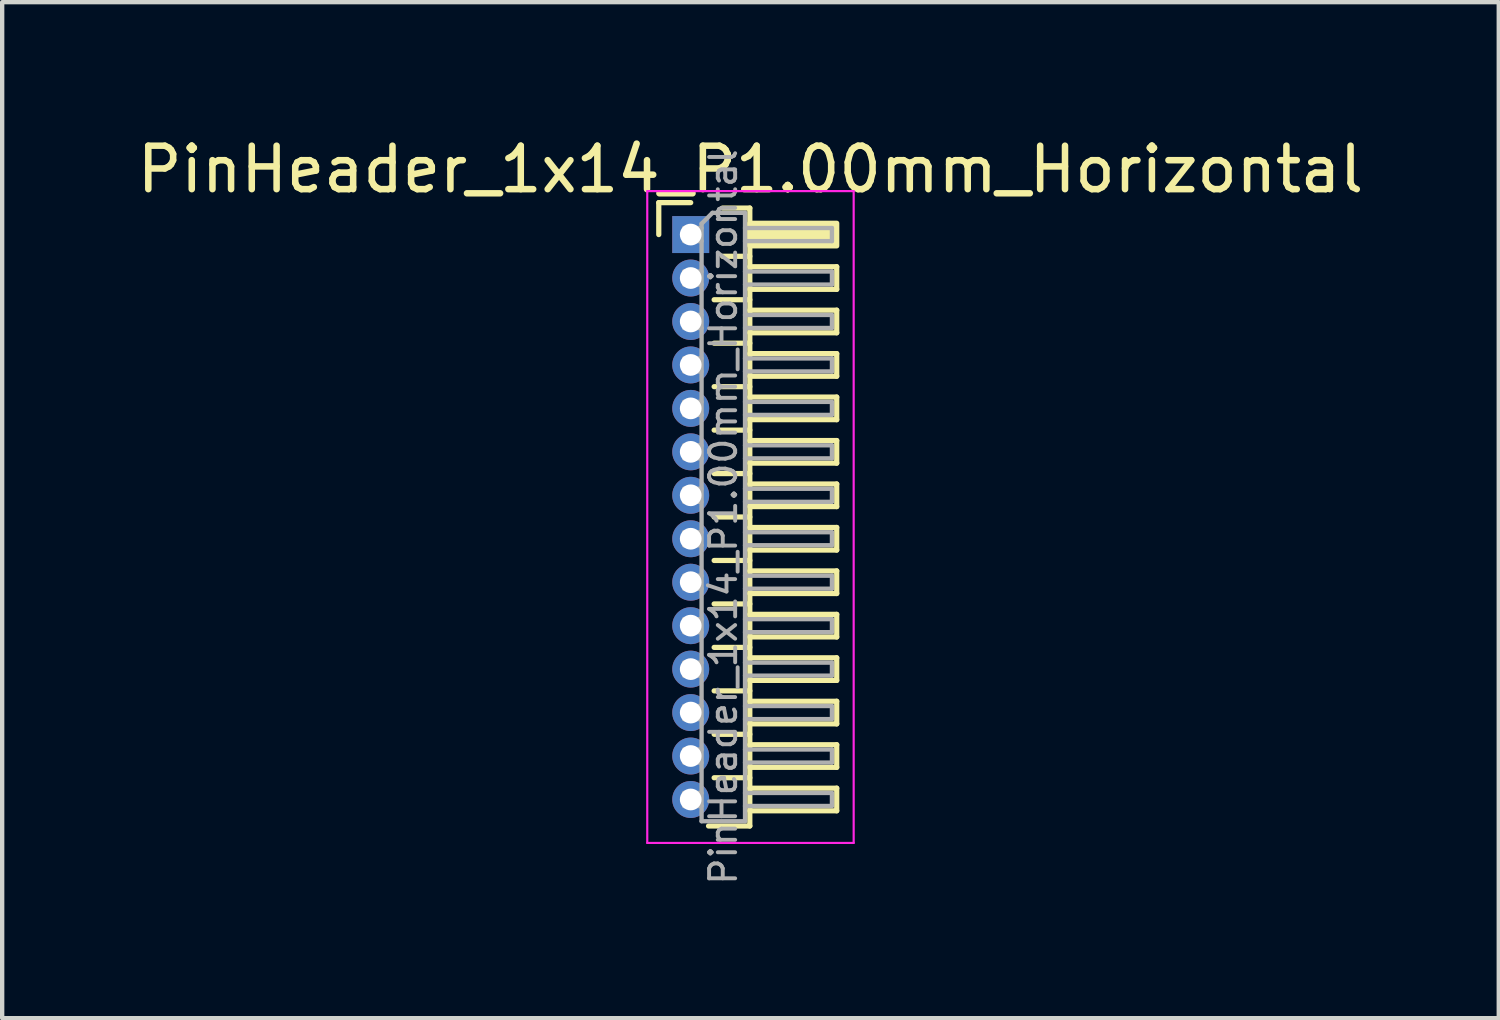
<source format=kicad_pcb>
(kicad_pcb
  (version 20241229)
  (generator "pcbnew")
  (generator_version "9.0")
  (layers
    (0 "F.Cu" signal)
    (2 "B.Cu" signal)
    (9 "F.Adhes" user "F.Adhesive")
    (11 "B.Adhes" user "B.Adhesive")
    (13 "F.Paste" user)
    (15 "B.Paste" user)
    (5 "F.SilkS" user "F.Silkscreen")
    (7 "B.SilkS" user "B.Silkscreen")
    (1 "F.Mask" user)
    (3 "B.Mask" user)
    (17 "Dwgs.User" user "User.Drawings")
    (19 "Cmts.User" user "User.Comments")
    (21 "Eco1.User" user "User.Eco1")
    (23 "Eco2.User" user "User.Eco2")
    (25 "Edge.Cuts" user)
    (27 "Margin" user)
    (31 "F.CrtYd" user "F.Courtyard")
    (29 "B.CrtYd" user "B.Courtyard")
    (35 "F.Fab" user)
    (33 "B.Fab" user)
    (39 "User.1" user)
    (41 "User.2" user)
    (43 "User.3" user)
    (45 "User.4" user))
  (footprint "PinHeader_1x14_P1.00mm_Horizontal"
    (layer "F.Cu")
    (at 12.845 2.348)
    (property "Reference" "PinHeader_1x14_P1.00mm_Horizontal" (at 1.375 -1.5 0) (layer "F.SilkS") (effects (font (size 1 1) (thickness 0.15))))
    (attr through_hole)
    (fp_line (start -0.735 -0.735) (end 0 -0.735) (stroke (width 0.12) (type solid)) (layer "F.SilkS"))
    (fp_line (start -0.735 0) (end -0.735 -0.735) (stroke (width 0.12) (type solid)) (layer "F.SilkS"))
    (fp_line (start 0.539 1.5) (end 1.36 1.5) (stroke (width 0.12) (type solid)) (layer "F.SilkS"))
    (fp_line (start 0.539 2.5) (end 1.36 2.5) (stroke (width 0.12) (type solid)) (layer "F.SilkS"))
    (fp_line (start 0.539 3.5) (end 1.36 3.5) (stroke (width 0.12) (type solid)) (layer "F.SilkS"))
    (fp_line (start 0.539 4.5) (end 1.36 4.5) (stroke (width 0.12) (type solid)) (layer "F.SilkS"))
    (fp_line (start 0.539 5.5) (end 1.36 5.5) (stroke (width 0.12) (type solid)) (layer "F.SilkS"))
    (fp_line (start 0.539 6.5) (end 1.36 6.5) (stroke (width 0.12) (type solid)) (layer "F.SilkS"))
    (fp_line (start 0.539 7.5) (end 1.36 7.5) (stroke (width 0.12) (type solid)) (layer "F.SilkS"))
    (fp_line (start 0.539 8.5) (end 1.36 8.5) (stroke (width 0.12) (type solid)) (layer "F.SilkS"))
    (fp_line (start 0.539 9.5) (end 1.36 9.5) (stroke (width 0.12) (type solid)) (layer "F.SilkS"))
    (fp_line (start 0.539 10.5) (end 1.36 10.5) (stroke (width 0.12) (type solid)) (layer "F.SilkS"))
    (fp_line (start 0.539 11.5) (end 1.36 11.5) (stroke (width 0.12) (type solid)) (layer "F.SilkS"))
    (fp_line (start 0.539 12.5) (end 1.36 12.5) (stroke (width 0.12) (type solid)) (layer "F.SilkS"))
    (fp_line (start 0.735 -0.61) (end 1.36 -0.61) (stroke (width 0.12) (type solid)) (layer "F.SilkS"))
    (fp_line (start 0.735 0.5) (end 1.36 0.5) (stroke (width 0.12) (type solid)) (layer "F.SilkS"))
    (fp_line (start 1.36 -0.61) (end 1.36 13.61) (stroke (width 0.12) (type solid)) (layer "F.SilkS"))
    (fp_line (start 1.36 0.74) (end 3.36 0.74) (stroke (width 0.12) (type solid)) (layer "F.SilkS"))
    (fp_line (start 1.36 1.74) (end 3.36 1.74) (stroke (width 0.12) (type solid)) (layer "F.SilkS"))
    (fp_line (start 1.36 2.74) (end 3.36 2.74) (stroke (width 0.12) (type solid)) (layer "F.SilkS"))
    (fp_line (start 1.36 3.74) (end 3.36 3.74) (stroke (width 0.12) (type solid)) (layer "F.SilkS"))
    (fp_line (start 1.36 4.74) (end 3.36 4.74) (stroke (width 0.12) (type solid)) (layer "F.SilkS"))
    (fp_line (start 1.36 5.74) (end 3.36 5.74) (stroke (width 0.12) (type solid)) (layer "F.SilkS"))
    (fp_line (start 1.36 6.74) (end 3.36 6.74) (stroke (width 0.12) (type solid)) (layer "F.SilkS"))
    (fp_line (start 1.36 7.74) (end 3.36 7.74) (stroke (width 0.12) (type solid)) (layer "F.SilkS"))
    (fp_line (start 1.36 8.74) (end 3.36 8.74) (stroke (width 0.12) (type solid)) (layer "F.SilkS"))
    (fp_line (start 1.36 9.74) (end 3.36 9.74) (stroke (width 0.12) (type solid)) (layer "F.SilkS"))
    (fp_line (start 1.36 10.74) (end 3.36 10.74) (stroke (width 0.12) (type solid)) (layer "F.SilkS"))
    (fp_line (start 1.36 11.74) (end 3.36 11.74) (stroke (width 0.12) (type solid)) (layer "F.SilkS"))
    (fp_line (start 1.36 12.74) (end 3.36 12.74) (stroke (width 0.12) (type solid)) (layer "F.SilkS"))
    (fp_line (start 1.36 13.61) (end 0.41 13.61) (stroke (width 0.12) (type solid)) (layer "F.SilkS"))
    (fp_line (start 3.36 0.74) (end 3.36 1.26) (stroke (width 0.12) (type solid)) (layer "F.SilkS"))
    (fp_line (start 3.36 1.26) (end 1.36 1.26) (stroke (width 0.12) (type solid)) (layer "F.SilkS"))
    (fp_line (start 3.36 1.74) (end 3.36 2.26) (stroke (width 0.12) (type solid)) (layer "F.SilkS"))
    (fp_line (start 3.36 2.26) (end 1.36 2.26) (stroke (width 0.12) (type solid)) (layer "F.SilkS"))
    (fp_line (start 3.36 2.74) (end 3.36 3.26) (stroke (width 0.12) (type solid)) (layer "F.SilkS"))
    (fp_line (start 3.36 3.26) (end 1.36 3.26) (stroke (width 0.12) (type solid)) (layer "F.SilkS"))
    (fp_line (start 3.36 3.74) (end 3.36 4.26) (stroke (width 0.12) (type solid)) (layer "F.SilkS"))
    (fp_line (start 3.36 4.26) (end 1.36 4.26) (stroke (width 0.12) (type solid)) (layer "F.SilkS"))
    (fp_line (start 3.36 4.74) (end 3.36 5.26) (stroke (width 0.12) (type solid)) (layer "F.SilkS"))
    (fp_line (start 3.36 5.26) (end 1.36 5.26) (stroke (width 0.12) (type solid)) (layer "F.SilkS"))
    (fp_line (start 3.36 5.74) (end 3.36 6.26) (stroke (width 0.12) (type solid)) (layer "F.SilkS"))
    (fp_line (start 3.36 6.26) (end 1.36 6.26) (stroke (width 0.12) (type solid)) (layer "F.SilkS"))
    (fp_line (start 3.36 6.74) (end 3.36 7.26) (stroke (width 0.12) (type solid)) (layer "F.SilkS"))
    (fp_line (start 3.36 7.26) (end 1.36 7.26) (stroke (width 0.12) (type solid)) (layer "F.SilkS"))
    (fp_line (start 3.36 7.74) (end 3.36 8.26) (stroke (width 0.12) (type solid)) (layer "F.SilkS"))
    (fp_line (start 3.36 8.26) (end 1.36 8.26) (stroke (width 0.12) (type solid)) (layer "F.SilkS"))
    (fp_line (start 3.36 8.74) (end 3.36 9.26) (stroke (width 0.12) (type solid)) (layer "F.SilkS"))
    (fp_line (start 3.36 9.26) (end 1.36 9.26) (stroke (width 0.12) (type solid)) (layer "F.SilkS"))
    (fp_line (start 3.36 9.74) (end 3.36 10.26) (stroke (width 0.12) (type solid)) (layer "F.SilkS"))
    (fp_line (start 3.36 10.26) (end 1.36 10.26) (stroke (width 0.12) (type solid)) (layer "F.SilkS"))
    (fp_line (start 3.36 10.74) (end 3.36 11.26) (stroke (width 0.12) (type solid)) (layer "F.SilkS"))
    (fp_line (start 3.36 11.26) (end 1.36 11.26) (stroke (width 0.12) (type solid)) (layer "F.SilkS"))
    (fp_line (start 3.36 11.74) (end 3.36 12.26) (stroke (width 0.12) (type solid)) (layer "F.SilkS"))
    (fp_line (start 3.36 12.26) (end 1.36 12.26) (stroke (width 0.12) (type solid)) (layer "F.SilkS"))
    (fp_line (start 3.36 12.74) (end 3.36 13.26) (stroke (width 0.12) (type solid)) (layer "F.SilkS"))
    (fp_line (start 3.36 13.26) (end 1.36 13.26) (stroke (width 0.12) (type solid)) (layer "F.SilkS"))
    (fp_rect (start 1.36 -0.26) (end 3.36 0.26) (stroke (width 0.12) (type solid)) (fill yes) (layer "F.SilkS"))
    (fp_line (start -1 -1) (end -1 14) (stroke (width 0.05) (type solid)) (layer "F.CrtYd"))
    (fp_line (start -1 14) (end 3.75 14) (stroke (width 0.05) (type solid)) (layer "F.CrtYd"))
    (fp_line (start 3.75 -1) (end -1 -1) (stroke (width 0.05) (type solid)) (layer "F.CrtYd"))
    (fp_line (start 3.75 14) (end 3.75 -1) (stroke (width 0.05) (type solid)) (layer "F.CrtYd"))
    (fp_line (start -0.15 -0.15) (end -0.15 0.15) (stroke (width 0.1) (type solid)) (layer "F.Fab"))
    (fp_line (start -0.15 -0.15) (end 0.25 -0.15) (stroke (width 0.1) (type solid)) (layer "F.Fab"))
    (fp_line (start -0.15 0.15) (end 0.25 0.15) (stroke (width 0.1) (type solid)) (layer "F.Fab"))
    (fp_line (start -0.15 0.85) (end -0.15 1.15) (stroke (width 0.1) (type solid)) (layer "F.Fab"))
    (fp_line (start -0.15 0.85) (end 0.25 0.85) (stroke (width 0.1) (type solid)) (layer "F.Fab"))
    (fp_line (start -0.15 1.15) (end 0.25 1.15) (stroke (width 0.1) (type solid)) (layer "F.Fab"))
    (fp_line (start -0.15 1.85) (end -0.15 2.15) (stroke (width 0.1) (type solid)) (layer "F.Fab"))
    (fp_line (start -0.15 1.85) (end 0.25 1.85) (stroke (width 0.1) (type solid)) (layer "F.Fab"))
    (fp_line (start -0.15 2.15) (end 0.25 2.15) (stroke (width 0.1) (type solid)) (layer "F.Fab"))
    (fp_line (start -0.15 2.85) (end -0.15 3.15) (stroke (width 0.1) (type solid)) (layer "F.Fab"))
    (fp_line (start -0.15 2.85) (end 0.25 2.85) (stroke (width 0.1) (type solid)) (layer "F.Fab"))
    (fp_line (start -0.15 3.15) (end 0.25 3.15) (stroke (width 0.1) (type solid)) (layer "F.Fab"))
    (fp_line (start -0.15 3.85) (end -0.15 4.15) (stroke (width 0.1) (type solid)) (layer "F.Fab"))
    (fp_line (start -0.15 3.85) (end 0.25 3.85) (stroke (width 0.1) (type solid)) (layer "F.Fab"))
    (fp_line (start -0.15 4.15) (end 0.25 4.15) (stroke (width 0.1) (type solid)) (layer "F.Fab"))
    (fp_line (start -0.15 4.85) (end -0.15 5.15) (stroke (width 0.1) (type solid)) (layer "F.Fab"))
    (fp_line (start -0.15 4.85) (end 0.25 4.85) (stroke (width 0.1) (type solid)) (layer "F.Fab"))
    (fp_line (start -0.15 5.15) (end 0.25 5.15) (stroke (width 0.1) (type solid)) (layer "F.Fab"))
    (fp_line (start -0.15 5.85) (end -0.15 6.15) (stroke (width 0.1) (type solid)) (layer "F.Fab"))
    (fp_line (start -0.15 5.85) (end 0.25 5.85) (stroke (width 0.1) (type solid)) (layer "F.Fab"))
    (fp_line (start -0.15 6.15) (end 0.25 6.15) (stroke (width 0.1) (type solid)) (layer "F.Fab"))
    (fp_line (start -0.15 6.85) (end -0.15 7.15) (stroke (width 0.1) (type solid)) (layer "F.Fab"))
    (fp_line (start -0.15 6.85) (end 0.25 6.85) (stroke (width 0.1) (type solid)) (layer "F.Fab"))
    (fp_line (start -0.15 7.15) (end 0.25 7.15) (stroke (width 0.1) (type solid)) (layer "F.Fab"))
    (fp_line (start -0.15 7.85) (end -0.15 8.15) (stroke (width 0.1) (type solid)) (layer "F.Fab"))
    (fp_line (start -0.15 7.85) (end 0.25 7.85) (stroke (width 0.1) (type solid)) (layer "F.Fab"))
    (fp_line (start -0.15 8.15) (end 0.25 8.15) (stroke (width 0.1) (type solid)) (layer "F.Fab"))
    (fp_line (start -0.15 8.85) (end -0.15 9.15) (stroke (width 0.1) (type solid)) (layer "F.Fab"))
    (fp_line (start -0.15 8.85) (end 0.25 8.85) (stroke (width 0.1) (type solid)) (layer "F.Fab"))
    (fp_line (start -0.15 9.15) (end 0.25 9.15) (stroke (width 0.1) (type solid)) (layer "F.Fab"))
    (fp_line (start -0.15 9.85) (end -0.15 10.15) (stroke (width 0.1) (type solid)) (layer "F.Fab"))
    (fp_line (start -0.15 9.85) (end 0.25 9.85) (stroke (width 0.1) (type solid)) (layer "F.Fab"))
    (fp_line (start -0.15 10.15) (end 0.25 10.15) (stroke (width 0.1) (type solid)) (layer "F.Fab"))
    (fp_line (start -0.15 10.85) (end -0.15 11.15) (stroke (width 0.1) (type solid)) (layer "F.Fab"))
    (fp_line (start -0.15 10.85) (end 0.25 10.85) (stroke (width 0.1) (type solid)) (layer "F.Fab"))
    (fp_line (start -0.15 11.15) (end 0.25 11.15) (stroke (width 0.1) (type solid)) (layer "F.Fab"))
    (fp_line (start -0.15 11.85) (end -0.15 12.15) (stroke (width 0.1) (type solid)) (layer "F.Fab"))
    (fp_line (start -0.15 11.85) (end 0.25 11.85) (stroke (width 0.1) (type solid)) (layer "F.Fab"))
    (fp_line (start -0.15 12.15) (end 0.25 12.15) (stroke (width 0.1) (type solid)) (layer "F.Fab"))
    (fp_line (start -0.15 12.85) (end -0.15 13.15) (stroke (width 0.1) (type solid)) (layer "F.Fab"))
    (fp_line (start -0.15 12.85) (end 0.25 12.85) (stroke (width 0.1) (type solid)) (layer "F.Fab"))
    (fp_line (start -0.15 13.15) (end 0.25 13.15) (stroke (width 0.1) (type solid)) (layer "F.Fab"))
    (fp_line (start 0.25 -0.25) (end 0.5 -0.5) (stroke (width 0.1) (type solid)) (layer "F.Fab"))
    (fp_line (start 0.25 13.5) (end 0.25 -0.25) (stroke (width 0.1) (type solid)) (layer "F.Fab"))
    (fp_line (start 0.5 -0.5) (end 1.25 -0.5) (stroke (width 0.1) (type solid)) (layer "F.Fab"))
    (fp_line (start 1.25 -0.5) (end 1.25 13.5) (stroke (width 0.1) (type solid)) (layer "F.Fab"))
    (fp_line (start 1.25 -0.15) (end 3.25 -0.15) (stroke (width 0.1) (type solid)) (layer "F.Fab"))
    (fp_line (start 1.25 0.15) (end 3.25 0.15) (stroke (width 0.1) (type solid)) (layer "F.Fab"))
    (fp_line (start 1.25 0.85) (end 3.25 0.85) (stroke (width 0.1) (type solid)) (layer "F.Fab"))
    (fp_line (start 1.25 1.15) (end 3.25 1.15) (stroke (width 0.1) (type solid)) (layer "F.Fab"))
    (fp_line (start 1.25 1.85) (end 3.25 1.85) (stroke (width 0.1) (type solid)) (layer "F.Fab"))
    (fp_line (start 1.25 2.15) (end 3.25 2.15) (stroke (width 0.1) (type solid)) (layer "F.Fab"))
    (fp_line (start 1.25 2.85) (end 3.25 2.85) (stroke (width 0.1) (type solid)) (layer "F.Fab"))
    (fp_line (start 1.25 3.15) (end 3.25 3.15) (stroke (width 0.1) (type solid)) (layer "F.Fab"))
    (fp_line (start 1.25 3.85) (end 3.25 3.85) (stroke (width 0.1) (type solid)) (layer "F.Fab"))
    (fp_line (start 1.25 4.15) (end 3.25 4.15) (stroke (width 0.1) (type solid)) (layer "F.Fab"))
    (fp_line (start 1.25 4.85) (end 3.25 4.85) (stroke (width 0.1) (type solid)) (layer "F.Fab"))
    (fp_line (start 1.25 5.15) (end 3.25 5.15) (stroke (width 0.1) (type solid)) (layer "F.Fab"))
    (fp_line (start 1.25 5.85) (end 3.25 5.85) (stroke (width 0.1) (type solid)) (layer "F.Fab"))
    (fp_line (start 1.25 6.15) (end 3.25 6.15) (stroke (width 0.1) (type solid)) (layer "F.Fab"))
    (fp_line (start 1.25 6.85) (end 3.25 6.85) (stroke (width 0.1) (type solid)) (layer "F.Fab"))
    (fp_line (start 1.25 7.15) (end 3.25 7.15) (stroke (width 0.1) (type solid)) (layer "F.Fab"))
    (fp_line (start 1.25 7.85) (end 3.25 7.85) (stroke (width 0.1) (type solid)) (layer "F.Fab"))
    (fp_line (start 1.25 8.15) (end 3.25 8.15) (stroke (width 0.1) (type solid)) (layer "F.Fab"))
    (fp_line (start 1.25 8.85) (end 3.25 8.85) (stroke (width 0.1) (type solid)) (layer "F.Fab"))
    (fp_line (start 1.25 9.15) (end 3.25 9.15) (stroke (width 0.1) (type solid)) (layer "F.Fab"))
    (fp_line (start 1.25 9.85) (end 3.25 9.85) (stroke (width 0.1) (type solid)) (layer "F.Fab"))
    (fp_line (start 1.25 10.15) (end 3.25 10.15) (stroke (width 0.1) (type solid)) (layer "F.Fab"))
    (fp_line (start 1.25 10.85) (end 3.25 10.85) (stroke (width 0.1) (type solid)) (layer "F.Fab"))
    (fp_line (start 1.25 11.15) (end 3.25 11.15) (stroke (width 0.1) (type solid)) (layer "F.Fab"))
    (fp_line (start 1.25 11.85) (end 3.25 11.85) (stroke (width 0.1) (type solid)) (layer "F.Fab"))
    (fp_line (start 1.25 12.15) (end 3.25 12.15) (stroke (width 0.1) (type solid)) (layer "F.Fab"))
    (fp_line (start 1.25 12.85) (end 3.25 12.85) (stroke (width 0.1) (type solid)) (layer "F.Fab"))
    (fp_line (start 1.25 13.15) (end 3.25 13.15) (stroke (width 0.1) (type solid)) (layer "F.Fab"))
    (fp_line (start 1.25 13.5) (end 0.25 13.5) (stroke (width 0.1) (type solid)) (layer "F.Fab"))
    (fp_line (start 3.25 -0.15) (end 3.25 0.15) (stroke (width 0.1) (type solid)) (layer "F.Fab"))
    (fp_line (start 3.25 0.85) (end 3.25 1.15) (stroke (width 0.1) (type solid)) (layer "F.Fab"))
    (fp_line (start 3.25 1.85) (end 3.25 2.15) (stroke (width 0.1) (type solid)) (layer "F.Fab"))
    (fp_line (start 3.25 2.85) (end 3.25 3.15) (stroke (width 0.1) (type solid)) (layer "F.Fab"))
    (fp_line (start 3.25 3.85) (end 3.25 4.15) (stroke (width 0.1) (type solid)) (layer "F.Fab"))
    (fp_line (start 3.25 4.85) (end 3.25 5.15) (stroke (width 0.1) (type solid)) (layer "F.Fab"))
    (fp_line (start 3.25 5.85) (end 3.25 6.15) (stroke (width 0.1) (type solid)) (layer "F.Fab"))
    (fp_line (start 3.25 6.85) (end 3.25 7.15) (stroke (width 0.1) (type solid)) (layer "F.Fab"))
    (fp_line (start 3.25 7.85) (end 3.25 8.15) (stroke (width 0.1) (type solid)) (layer "F.Fab"))
    (fp_line (start 3.25 8.85) (end 3.25 9.15) (stroke (width 0.1) (type solid)) (layer "F.Fab"))
    (fp_line (start 3.25 9.85) (end 3.25 10.15) (stroke (width 0.1) (type solid)) (layer "F.Fab"))
    (fp_line (start 3.25 10.85) (end 3.25 11.15) (stroke (width 0.1) (type solid)) (layer "F.Fab"))
    (fp_line (start 3.25 11.85) (end 3.25 12.15) (stroke (width 0.1) (type solid)) (layer "F.Fab"))
    (fp_line (start 3.25 12.85) (end 3.25 13.15) (stroke (width 0.1) (type solid)) (layer "F.Fab"))
    (fp_text user "${REFERENCE}" (at 0.75 6.5 90) (layer "F.Fab") (effects (font (size 0.6 0.6) (thickness 0.09))))
    (pad "1" thru_hole rect (at 0 0) (size 0.85 0.85) (drill 0.5) (layers "*.Cu" "*.Mask"))
    (pad "2" thru_hole circle (at 0 1) (size 0.85 0.85) (drill 0.5) (layers "*.Cu" "*.Mask"))
    (pad "3" thru_hole circle (at 0 2) (size 0.85 0.85) (drill 0.5) (layers "*.Cu" "*.Mask"))
    (pad "4" thru_hole circle (at 0 3) (size 0.85 0.85) (drill 0.5) (layers "*.Cu" "*.Mask"))
    (pad "5" thru_hole circle (at 0 4) (size 0.85 0.85) (drill 0.5) (layers "*.Cu" "*.Mask"))
    (pad "6" thru_hole circle (at 0 5) (size 0.85 0.85) (drill 0.5) (layers "*.Cu" "*.Mask"))
    (pad "7" thru_hole circle (at 0 6) (size 0.85 0.85) (drill 0.5) (layers "*.Cu" "*.Mask"))
    (pad "8" thru_hole circle (at 0 7) (size 0.85 0.85) (drill 0.5) (layers "*.Cu" "*.Mask"))
    (pad "9" thru_hole circle (at 0 8) (size 0.85 0.85) (drill 0.5) (layers "*.Cu" "*.Mask"))
    (pad "10" thru_hole circle (at 0 9) (size 0.85 0.85) (drill 0.5) (layers "*.Cu" "*.Mask"))
    (pad "11" thru_hole circle (at 0 10) (size 0.85 0.85) (drill 0.5) (layers "*.Cu" "*.Mask"))
    (pad "12" thru_hole circle (at 0 11) (size 0.85 0.85) (drill 0.5) (layers "*.Cu" "*.Mask"))
    (pad "13" thru_hole circle (at 0 12) (size 0.85 0.85) (drill 0.5) (layers "*.Cu" "*.Mask"))
    (pad "14" thru_hole circle (at 0 13) (size 0.85 0.85) (drill 0.5) (layers "*.Cu" "*.Mask")))
  (gr_rect
    (start -3 -3)
    (end 31.44 20.38)
    (stroke (width 0.1) (type default))
    (fill no)
    (layer "Edge.Cuts")))
</source>
